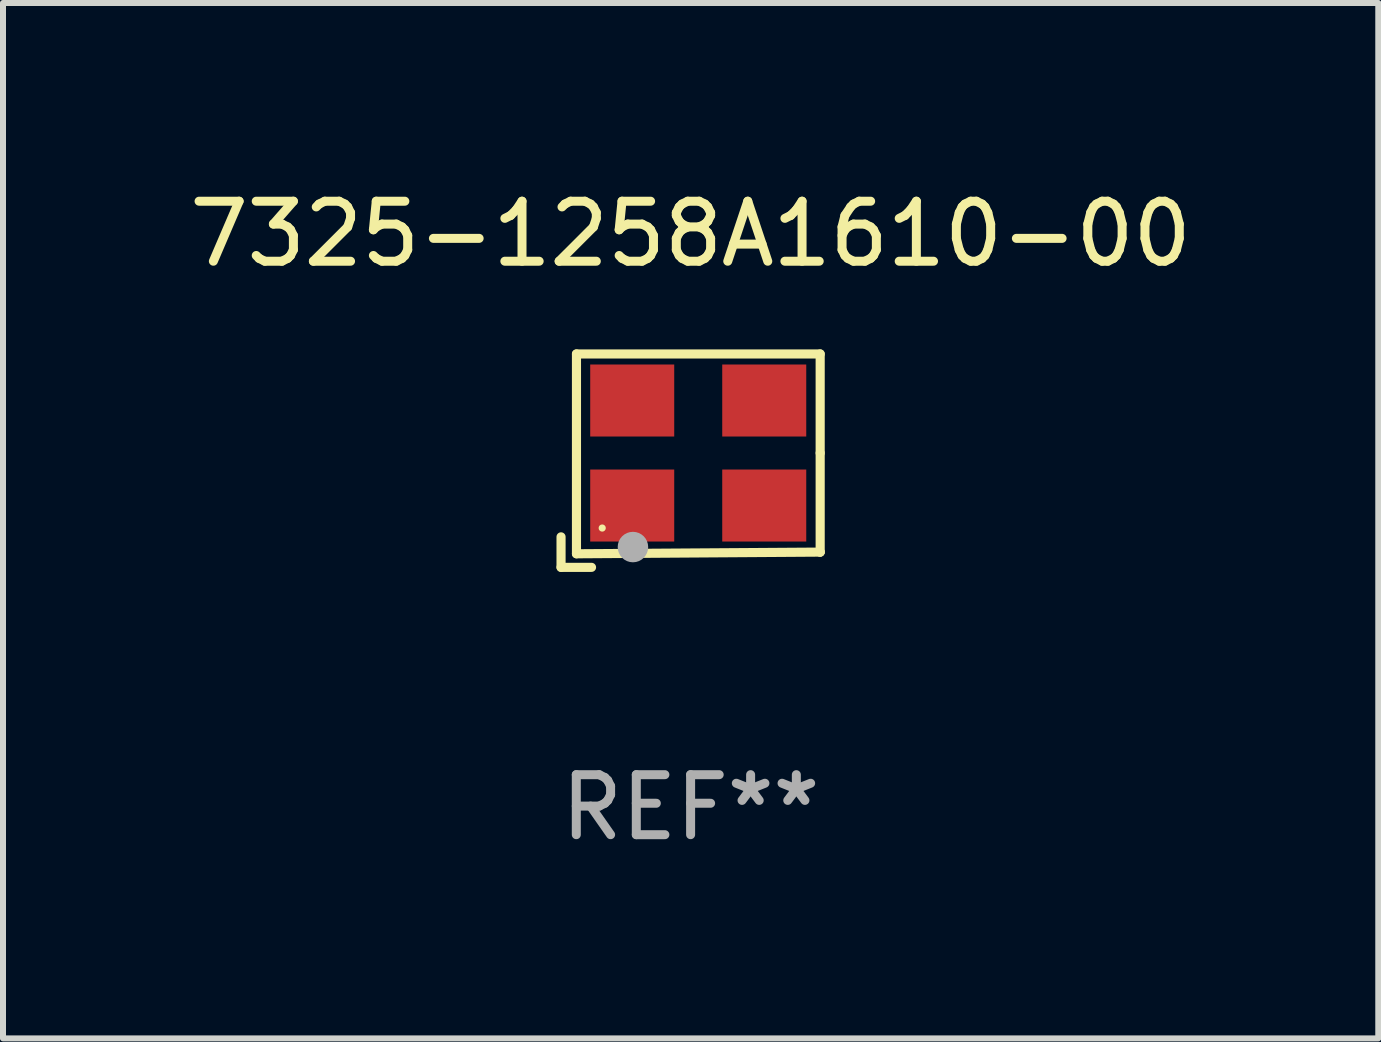
<source format=kicad_pcb>
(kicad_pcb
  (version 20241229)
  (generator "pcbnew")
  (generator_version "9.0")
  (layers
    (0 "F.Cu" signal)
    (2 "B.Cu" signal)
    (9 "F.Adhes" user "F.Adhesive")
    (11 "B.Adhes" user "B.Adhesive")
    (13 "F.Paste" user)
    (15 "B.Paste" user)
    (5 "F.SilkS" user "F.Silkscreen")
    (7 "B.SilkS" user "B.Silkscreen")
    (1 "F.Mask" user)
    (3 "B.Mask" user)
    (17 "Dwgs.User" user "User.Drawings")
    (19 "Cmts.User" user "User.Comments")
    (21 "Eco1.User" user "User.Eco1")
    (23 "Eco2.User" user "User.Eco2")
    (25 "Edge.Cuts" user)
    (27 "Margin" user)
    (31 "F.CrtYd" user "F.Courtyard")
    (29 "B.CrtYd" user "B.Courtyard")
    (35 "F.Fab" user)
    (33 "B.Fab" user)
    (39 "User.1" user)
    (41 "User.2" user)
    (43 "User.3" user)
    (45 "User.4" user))
  (footprint "7325-1258A1610-00"
    (layer "F.Cu")
    (at 8.458 4.626)
    (property "Reference" "7325-1258A1610-00" (at 0 -3.778 0) (layer "F.SilkS") (effects (font (size 1 1) (thickness 0.15))))
    (attr through_hole)
    (fp_line (start -2.159 1.27) (end -2.159 1.778) (stroke (width 0.152) (type solid)) (layer "F.SilkS"))
    (fp_line (start -2.159 1.778) (end -1.651 1.778) (stroke (width 0.152) (type solid)) (layer "F.SilkS"))
    (fp_line (start -1.902 -1.778) (end 2.159 -1.778) (stroke (width 0.152) (type solid)) (layer "F.SilkS"))
    (fp_line (start -1.902 1.552) (end -1.902 -1.778) (stroke (width 0.152) (type solid)) (layer "F.SilkS"))
    (fp_line (start 2.159 -1.778) (end 2.159 -0.127) (stroke (width 0.152) (type solid)) (layer "F.SilkS"))
    (fp_line (start 2.159 -0.127) (end 2.159 1.524) (stroke (width 0.152) (type solid)) (layer "F.SilkS"))
    (fp_line (start 2.159 1.524) (end -1.902 1.552) (stroke (width 0.152) (type solid)) (layer "F.SilkS"))
    (fp_line (start 2.159 1.524) (end 2.159 1.524) (stroke (width 0.152) (type solid)) (layer "F.SilkS"))
    (fp_circle (center -1.473 1.123) (end -1.443 1.123) (stroke (width 0.06) (type solid)) (fill no) (layer "F.SilkS"))
    (fp_circle (center -0.961 1.44) (end -0.834 1.44) (stroke (width 0.254) (type solid)) (fill no) (layer "F.Fab"))
    (fp_text user "REF**" (at 0 5.778 0) (layer "F.Fab") (effects (font (size 1 1) (thickness 0.15))))
    (pad "1" smd rect (at -0.973 0.748) (size 1.4 1.2) (layers "F.Cu" "F.Mask" "F.Paste"))
    (pad "2" smd rect (at 1.227 0.748) (size 1.4 1.2) (layers "F.Cu" "F.Mask" "F.Paste"))
    (pad "3" smd rect (at 1.227 -1.002) (size 1.4 1.2) (layers "F.Cu" "F.Mask" "F.Paste"))
    (pad "4" smd rect (at -0.973 -1.002) (size 1.4 1.2) (layers "F.Cu" "F.Mask" "F.Paste")))
  (gr_rect
    (start -3 -3)
    (end 19.917 14.253)
    (stroke (width 0.1) (type default))
    (fill no)
    (layer "Edge.Cuts")))
</source>
